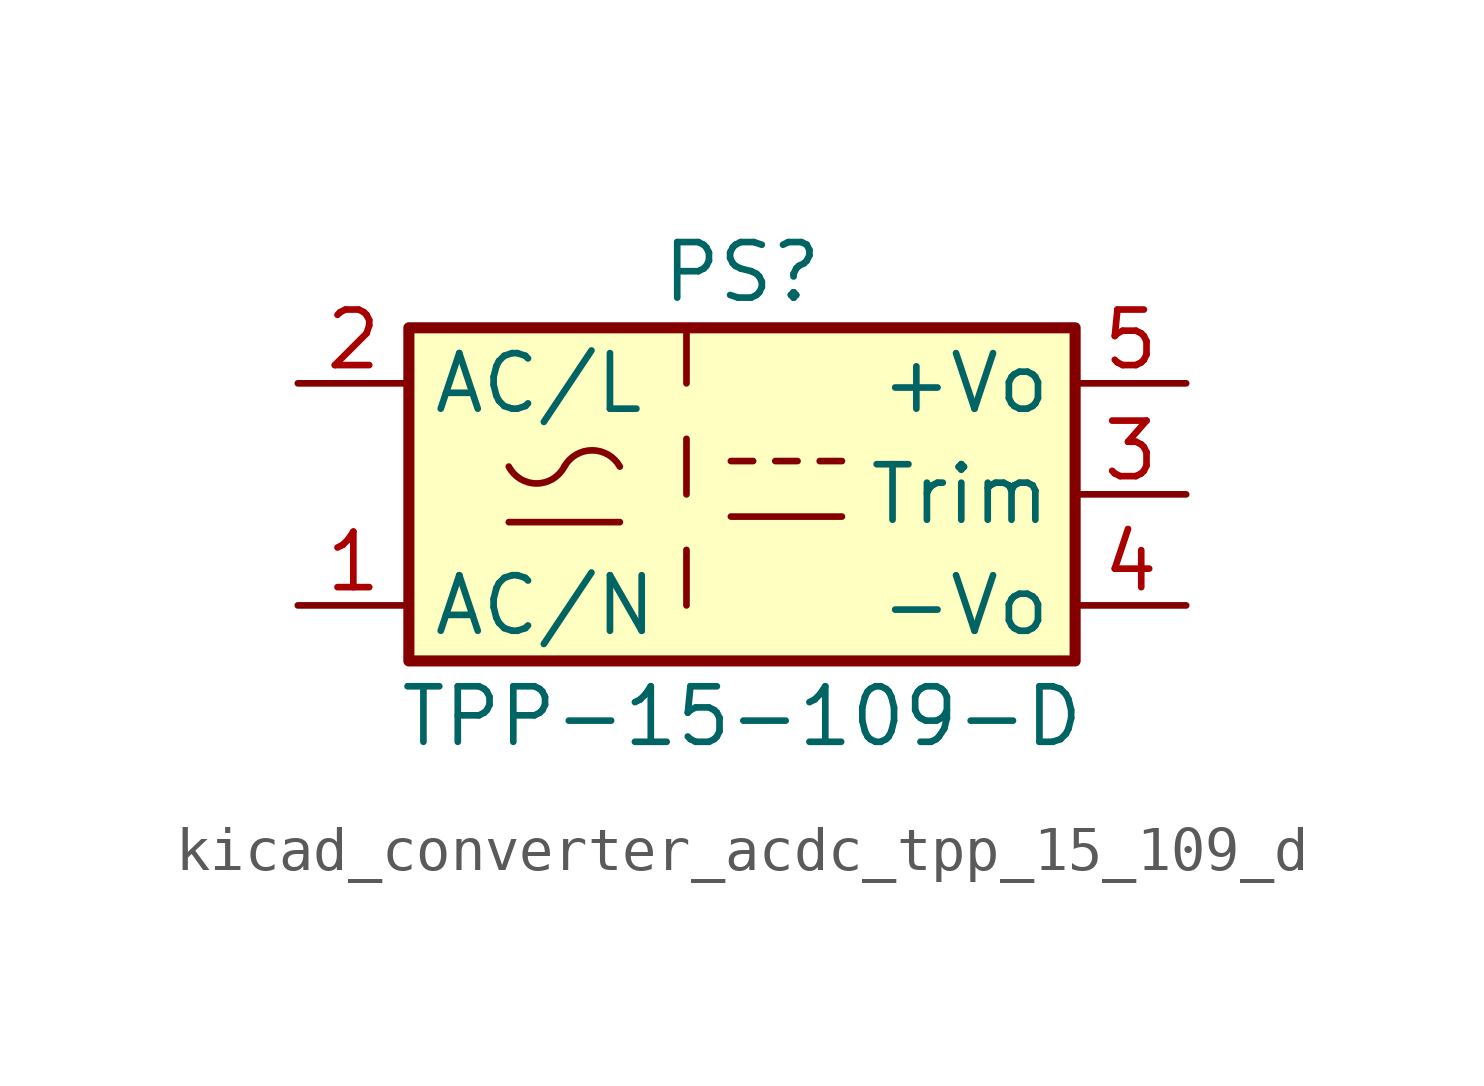
<source format=kicad_sym>
(kicad_symbol_lib
  (version 20220914)
  (generator kicad_symbol_editor)
  (symbol "kicad_converter_acdc_tpp_15_109_d"
    (property "Reference" "PS"
      (at 0 5.08 0)
      (effects (font (size 1.27 1.27))))
    (property "Value" "TPP-15-109-D"
      (at 0 -5.08 0)
      (effects (font (size 1.27 1.27))))
    (symbol "kicad_converter_acdc_tpp_15_109_d_0_1"
      (rectangle (start -7.62 3.81) (end 7.62 -3.81) (stroke (width 0.254) (type default)) (fill (type background)))
      (arc (start -5.334 0.635) (mid -4.699 0.2495) (end -4.064 0.635) (stroke (width 0) (type default)) (fill (type none)))
      (arc (start -2.794 0.635) (mid -3.429 1.0072) (end -4.064 0.635) (stroke (width 0) (type default)) (fill (type none)))
      (polyline (pts (xy -5.334 -0.635) (xy -2.794 -0.635)) (stroke (width 0) (type default)) (fill (type none)))
      (polyline (pts (xy -0.254 -0.508) (xy 2.286 -0.508)) (stroke (width 0) (type default)) (fill (type none)))
      (polyline (pts (xy -0.254 0.762) (xy 0.254 0.762)) (stroke (width 0) (type default)) (fill (type none)))
      (polyline (pts (xy 0.762 0.762) (xy 1.27 0.762)) (stroke (width 0) (type default)) (fill (type none)))
      (polyline (pts (xy 1.778 0.762) (xy 2.286 0.762)) (stroke (width 0) (type default)) (fill (type none))))
    (symbol "kicad_converter_acdc_tpp_15_109_d_1_1"
      (polyline (pts (xy -1.27 -1.27) (xy -1.27 -2.54)) (stroke (width 0) (type default)) (fill (type none)))
      (polyline (pts (xy -1.27 1.27) (xy -1.27 0)) (stroke (width 0) (type default)) (fill (type none)))
      (polyline (pts (xy -1.27 3.81) (xy -1.27 2.54)) (stroke (width 0) (type default)) (fill (type none)))
      (pin power_in line (at -10.16 -2.54 0) (length 2.54) (name "AC/N" (effects (font (size 1.27 1.27)))) (number "1" (effects (font (size 1.27 1.27)))))
      (pin power_in line (at -10.16 2.54 0) (length 2.54) (name "AC/L" (effects (font (size 1.27 1.27)))) (number "2" (effects (font (size 1.27 1.27)))))
      (pin passive line (at 10.16 0 180) (length 2.54) (name "Trim" (effects (font (size 1.27 1.27)))) (number "3" (effects (font (size 1.27 1.27)))))
      (pin power_out line (at 10.16 -2.54 180) (length 2.54) (name "-Vo" (effects (font (size 1.27 1.27)))) (number "4" (effects (font (size 1.27 1.27)))))
      (pin power_out line (at 10.16 2.54 180) (length 2.54) (name "+Vo" (effects (font (size 1.27 1.27)))) (number "5" (effects (font (size 1.27 1.27))))))))
</source>
